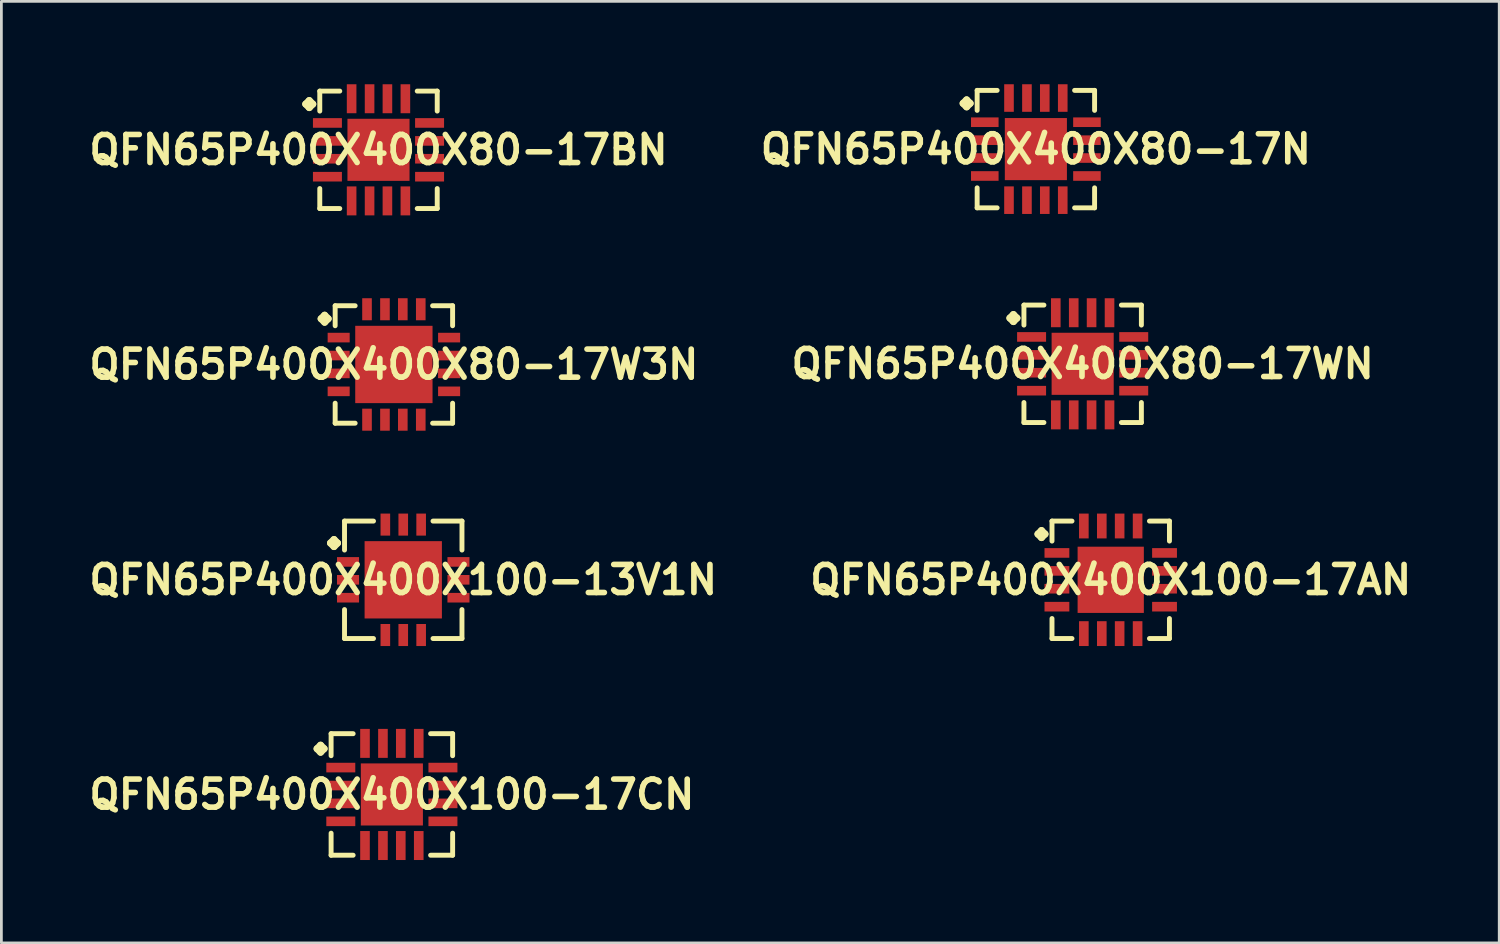
<source format=kicad_pcb>
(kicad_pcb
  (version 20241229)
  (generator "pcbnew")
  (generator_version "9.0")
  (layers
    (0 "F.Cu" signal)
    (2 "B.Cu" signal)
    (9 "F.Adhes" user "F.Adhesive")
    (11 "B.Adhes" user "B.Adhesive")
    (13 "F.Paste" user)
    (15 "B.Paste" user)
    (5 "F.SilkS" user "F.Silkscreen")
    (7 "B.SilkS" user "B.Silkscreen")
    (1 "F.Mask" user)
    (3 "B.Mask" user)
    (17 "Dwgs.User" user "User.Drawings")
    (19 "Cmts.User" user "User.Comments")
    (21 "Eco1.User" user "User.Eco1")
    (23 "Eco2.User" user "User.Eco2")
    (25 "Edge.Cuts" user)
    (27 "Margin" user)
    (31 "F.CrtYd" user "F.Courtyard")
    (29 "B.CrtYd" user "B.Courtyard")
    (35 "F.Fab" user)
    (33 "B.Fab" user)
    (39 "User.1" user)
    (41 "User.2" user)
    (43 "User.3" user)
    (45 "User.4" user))
  (footprint "QFN65P400X400X80-17N"
    (layer "F.Cu")
    (at 34.452 2.348)
    (property "Reference" "QFN65P400X400X80-17N" (at 0 0 0) (layer "F.SilkS") (effects (font (size 1.016 1.016) (thickness 0.203))))
    (attr smd)
    (fp_line (start -2.634 -1.656) (end -2.507 -1.783) (stroke (width 0.254) (type solid)) (layer "F.SilkS"))
    (fp_line (start -2.507 -1.783) (end -2.38 -1.656) (stroke (width 0.254) (type solid)) (layer "F.SilkS"))
    (fp_line (start -2.507 -1.529) (end -2.634 -1.656) (stroke (width 0.254) (type solid)) (layer "F.SilkS"))
    (fp_line (start -2.38 -1.656) (end -2.507 -1.529) (stroke (width 0.254) (type solid)) (layer "F.SilkS"))
    (fp_line (start -2.126 -2.126) (end -1.402 -2.126) (stroke (width 0.178) (type solid)) (layer "F.SilkS"))
    (fp_line (start -2.126 -1.402) (end -2.126 -2.126) (stroke (width 0.178) (type solid)) (layer "F.SilkS"))
    (fp_line (start -2.126 1.402) (end -2.126 2.126) (stroke (width 0.178) (type solid)) (layer "F.SilkS"))
    (fp_line (start -2.126 2.126) (end -1.402 2.126) (stroke (width 0.178) (type solid)) (layer "F.SilkS"))
    (fp_line (start 1.402 -2.126) (end 2.126 -2.126) (stroke (width 0.178) (type solid)) (layer "F.SilkS"))
    (fp_line (start 1.402 2.126) (end 2.126 2.126) (stroke (width 0.178) (type solid)) (layer "F.SilkS"))
    (fp_line (start 2.126 -2.126) (end 2.126 -1.402) (stroke (width 0.178) (type solid)) (layer "F.SilkS"))
    (fp_line (start 2.126 2.126) (end 2.126 1.402) (stroke (width 0.178) (type solid)) (layer "F.SilkS"))
    (pad "1" smd rect (at -1.849 -0.973) (size 0.998 0.348) (layers "F.Cu" "F.Mask" "F.Paste"))
    (pad "2" smd rect (at -1.849 -0.323) (size 0.998 0.348) (layers "F.Cu" "F.Mask" "F.Paste"))
    (pad "3" smd rect (at -1.849 0.323) (size 0.998 0.348) (layers "F.Cu" "F.Mask" "F.Paste"))
    (pad "4" smd rect (at -1.849 0.973) (size 0.998 0.348) (layers "F.Cu" "F.Mask" "F.Paste"))
    (pad "5" smd rect (at -0.973 1.849) (size 0.348 0.998) (layers "F.Cu" "F.Mask" "F.Paste"))
    (pad "6" smd rect (at -0.323 1.849) (size 0.348 0.998) (layers "F.Cu" "F.Mask" "F.Paste"))
    (pad "7" smd rect (at 0.323 1.849) (size 0.348 0.998) (layers "F.Cu" "F.Mask" "F.Paste"))
    (pad "8" smd rect (at 0.973 1.849) (size 0.348 0.998) (layers "F.Cu" "F.Mask" "F.Paste"))
    (pad "9" smd rect (at 1.849 0.973) (size 0.998 0.348) (layers "F.Cu" "F.Mask" "F.Paste"))
    (pad "10" smd rect (at 1.849 0.323) (size 0.998 0.348) (layers "F.Cu" "F.Mask" "F.Paste"))
    (pad "11" smd rect (at 1.849 -0.323) (size 0.998 0.348) (layers "F.Cu" "F.Mask" "F.Paste"))
    (pad "12" smd rect (at 1.849 -0.973) (size 0.998 0.348) (layers "F.Cu" "F.Mask" "F.Paste"))
    (pad "13" smd rect (at 0.973 -1.849) (size 0.348 0.998) (layers "F.Cu" "F.Mask" "F.Paste"))
    (pad "14" smd rect (at 0.323 -1.849) (size 0.348 0.998) (layers "F.Cu" "F.Mask" "F.Paste"))
    (pad "15" smd rect (at -0.323 -1.849) (size 0.348 0.998) (layers "F.Cu" "F.Mask" "F.Paste"))
    (pad "16" smd rect (at -0.973 -1.849) (size 0.348 0.998) (layers "F.Cu" "F.Mask" "F.Paste"))
    (pad "17" smd rect (at 0 0) (size 2.248 2.248) (layers "F.Cu" "F.Mask" "F.Paste")))
  (footprint "QFN65P400X400X100-17AN"
    (layer "F.Cu")
    (at 37.162 17.941)
    (property "Reference" "QFN65P400X400X100-17AN" (at 0 0 0) (layer "F.SilkS") (effects (font (size 1.016 1.016) (thickness 0.203))))
    (attr smd)
    (fp_line (start -2.634 -1.656) (end -2.507 -1.783) (stroke (width 0.254) (type solid)) (layer "F.SilkS"))
    (fp_line (start -2.507 -1.783) (end -2.38 -1.656) (stroke (width 0.254) (type solid)) (layer "F.SilkS"))
    (fp_line (start -2.507 -1.529) (end -2.634 -1.656) (stroke (width 0.254) (type solid)) (layer "F.SilkS"))
    (fp_line (start -2.38 -1.656) (end -2.507 -1.529) (stroke (width 0.254) (type solid)) (layer "F.SilkS"))
    (fp_line (start -2.126 -2.126) (end -1.402 -2.126) (stroke (width 0.178) (type solid)) (layer "F.SilkS"))
    (fp_line (start -2.126 -1.402) (end -2.126 -2.126) (stroke (width 0.178) (type solid)) (layer "F.SilkS"))
    (fp_line (start -2.126 1.402) (end -2.126 2.126) (stroke (width 0.178) (type solid)) (layer "F.SilkS"))
    (fp_line (start -2.126 2.126) (end -1.402 2.126) (stroke (width 0.178) (type solid)) (layer "F.SilkS"))
    (fp_line (start 1.402 -2.126) (end 2.126 -2.126) (stroke (width 0.178) (type solid)) (layer "F.SilkS"))
    (fp_line (start 1.402 2.126) (end 2.126 2.126) (stroke (width 0.178) (type solid)) (layer "F.SilkS"))
    (fp_line (start 2.126 -2.126) (end 2.126 -1.402) (stroke (width 0.178) (type solid)) (layer "F.SilkS"))
    (fp_line (start 2.126 2.126) (end 2.126 1.402) (stroke (width 0.178) (type solid)) (layer "F.SilkS"))
    (pad "1" smd rect (at -1.948 -0.973) (size 0.899 0.348) (layers "F.Cu" "F.Mask" "F.Paste"))
    (pad "2" smd rect (at -1.948 -0.323) (size 0.899 0.348) (layers "F.Cu" "F.Mask" "F.Paste"))
    (pad "3" smd rect (at -1.948 0.323) (size 0.899 0.348) (layers "F.Cu" "F.Mask" "F.Paste"))
    (pad "4" smd rect (at -1.948 0.973) (size 0.899 0.348) (layers "F.Cu" "F.Mask" "F.Paste"))
    (pad "5" smd rect (at -0.973 1.948) (size 0.348 0.899) (layers "F.Cu" "F.Mask" "F.Paste"))
    (pad "6" smd rect (at -0.323 1.948) (size 0.348 0.899) (layers "F.Cu" "F.Mask" "F.Paste"))
    (pad "7" smd rect (at 0.323 1.948) (size 0.348 0.899) (layers "F.Cu" "F.Mask" "F.Paste"))
    (pad "8" smd rect (at 0.973 1.948) (size 0.348 0.899) (layers "F.Cu" "F.Mask" "F.Paste"))
    (pad "9" smd rect (at 1.948 0.973) (size 0.899 0.348) (layers "F.Cu" "F.Mask" "F.Paste"))
    (pad "10" smd rect (at 1.948 0.323) (size 0.899 0.348) (layers "F.Cu" "F.Mask" "F.Paste"))
    (pad "11" smd rect (at 1.948 -0.323) (size 0.899 0.348) (layers "F.Cu" "F.Mask" "F.Paste"))
    (pad "12" smd rect (at 1.948 -0.973) (size 0.899 0.348) (layers "F.Cu" "F.Mask" "F.Paste"))
    (pad "13" smd rect (at 0.973 -1.948) (size 0.348 0.899) (layers "F.Cu" "F.Mask" "F.Paste"))
    (pad "14" smd rect (at 0.323 -1.948) (size 0.348 0.899) (layers "F.Cu" "F.Mask" "F.Paste"))
    (pad "15" smd rect (at -0.323 -1.948) (size 0.348 0.899) (layers "F.Cu" "F.Mask" "F.Paste"))
    (pad "16" smd rect (at -0.973 -1.948) (size 0.348 0.899) (layers "F.Cu" "F.Mask" "F.Paste"))
    (pad "17" smd rect (at 0 0) (size 2.398 2.398) (layers "F.Cu" "F.Mask" "F.Paste")))
  (footprint "QFN65P400X400X80-17BN"
    (layer "F.Cu")
    (at 10.653 2.374)
    (property "Reference" "QFN65P400X400X80-17BN" (at 0 0 0) (layer "F.SilkS") (effects (font (size 1.016 1.016) (thickness 0.203))))
    (attr smd)
    (fp_line (start -2.634 -1.656) (end -2.507 -1.783) (stroke (width 0.254) (type solid)) (layer "F.SilkS"))
    (fp_line (start -2.507 -1.783) (end -2.38 -1.656) (stroke (width 0.254) (type solid)) (layer "F.SilkS"))
    (fp_line (start -2.507 -1.529) (end -2.634 -1.656) (stroke (width 0.254) (type solid)) (layer "F.SilkS"))
    (fp_line (start -2.38 -1.656) (end -2.507 -1.529) (stroke (width 0.254) (type solid)) (layer "F.SilkS"))
    (fp_line (start -2.126 -2.126) (end -1.402 -2.126) (stroke (width 0.178) (type solid)) (layer "F.SilkS"))
    (fp_line (start -2.126 -1.402) (end -2.126 -2.126) (stroke (width 0.178) (type solid)) (layer "F.SilkS"))
    (fp_line (start -2.126 1.402) (end -2.126 2.126) (stroke (width 0.178) (type solid)) (layer "F.SilkS"))
    (fp_line (start -2.126 2.126) (end -1.402 2.126) (stroke (width 0.178) (type solid)) (layer "F.SilkS"))
    (fp_line (start 1.402 -2.126) (end 2.126 -2.126) (stroke (width 0.178) (type solid)) (layer "F.SilkS"))
    (fp_line (start 1.402 2.126) (end 2.126 2.126) (stroke (width 0.178) (type solid)) (layer "F.SilkS"))
    (fp_line (start 2.126 -2.126) (end 2.126 -1.402) (stroke (width 0.178) (type solid)) (layer "F.SilkS"))
    (fp_line (start 2.126 2.126) (end 2.126 1.402) (stroke (width 0.178) (type solid)) (layer "F.SilkS"))
    (pad "1" smd rect (at -1.849 -0.973) (size 1.049 0.348) (layers "F.Cu" "F.Mask" "F.Paste"))
    (pad "2" smd rect (at -1.849 -0.323) (size 1.049 0.348) (layers "F.Cu" "F.Mask" "F.Paste"))
    (pad "3" smd rect (at -1.849 0.323) (size 1.049 0.348) (layers "F.Cu" "F.Mask" "F.Paste"))
    (pad "4" smd rect (at -1.849 0.973) (size 1.049 0.348) (layers "F.Cu" "F.Mask" "F.Paste"))
    (pad "5" smd rect (at -0.973 1.849) (size 0.348 1.049) (layers "F.Cu" "F.Mask" "F.Paste"))
    (pad "6" smd rect (at -0.323 1.849) (size 0.348 1.049) (layers "F.Cu" "F.Mask" "F.Paste"))
    (pad "7" smd rect (at 0.323 1.849) (size 0.348 1.049) (layers "F.Cu" "F.Mask" "F.Paste"))
    (pad "8" smd rect (at 0.973 1.849) (size 0.348 1.049) (layers "F.Cu" "F.Mask" "F.Paste"))
    (pad "9" smd rect (at 1.849 0.973) (size 1.049 0.348) (layers "F.Cu" "F.Mask" "F.Paste"))
    (pad "10" smd rect (at 1.849 0.323) (size 1.049 0.348) (layers "F.Cu" "F.Mask" "F.Paste"))
    (pad "11" smd rect (at 1.849 -0.323) (size 1.049 0.348) (layers "F.Cu" "F.Mask" "F.Paste"))
    (pad "12" smd rect (at 1.849 -0.973) (size 1.049 0.348) (layers "F.Cu" "F.Mask" "F.Paste"))
    (pad "13" smd rect (at 0.973 -1.849) (size 0.348 1.049) (layers "F.Cu" "F.Mask" "F.Paste"))
    (pad "14" smd rect (at 0.323 -1.849) (size 0.348 1.049) (layers "F.Cu" "F.Mask" "F.Paste"))
    (pad "15" smd rect (at -0.323 -1.849) (size 0.348 1.049) (layers "F.Cu" "F.Mask" "F.Paste"))
    (pad "16" smd rect (at -0.973 -1.849) (size 0.348 1.049) (layers "F.Cu" "F.Mask" "F.Paste"))
    (pad "17" smd rect (at 0 0) (size 2.248 2.248) (layers "F.Cu" "F.Mask" "F.Paste")))
  (footprint "QFN65P400X400X100-13V1N"
    (layer "F.Cu")
    (at 11.549 17.941)
    (property "Reference" "QFN65P400X400X100-13V1N" (at 0 0 0) (layer "F.SilkS") (effects (font (size 1.016 1.016) (thickness 0.203))))
    (attr smd)
    (fp_line (start -2.634 -1.331) (end -2.507 -1.458) (stroke (width 0.254) (type solid)) (layer "F.SilkS"))
    (fp_line (start -2.507 -1.458) (end -2.38 -1.331) (stroke (width 0.254) (type solid)) (layer "F.SilkS"))
    (fp_line (start -2.507 -1.204) (end -2.634 -1.331) (stroke (width 0.254) (type solid)) (layer "F.SilkS"))
    (fp_line (start -2.38 -1.331) (end -2.507 -1.204) (stroke (width 0.254) (type solid)) (layer "F.SilkS"))
    (fp_line (start -2.126 -2.126) (end -1.077 -2.126) (stroke (width 0.178) (type solid)) (layer "F.SilkS"))
    (fp_line (start -2.126 -1.077) (end -2.126 -2.126) (stroke (width 0.178) (type solid)) (layer "F.SilkS"))
    (fp_line (start -2.126 1.077) (end -2.126 2.126) (stroke (width 0.178) (type solid)) (layer "F.SilkS"))
    (fp_line (start -2.126 2.126) (end -1.077 2.126) (stroke (width 0.178) (type solid)) (layer "F.SilkS"))
    (fp_line (start 1.077 -2.126) (end 2.126 -2.126) (stroke (width 0.178) (type solid)) (layer "F.SilkS"))
    (fp_line (start 1.077 2.126) (end 2.126 2.126) (stroke (width 0.178) (type solid)) (layer "F.SilkS"))
    (fp_line (start 2.126 -2.126) (end 2.126 -1.077) (stroke (width 0.178) (type solid)) (layer "F.SilkS"))
    (fp_line (start 2.126 2.126) (end 2.126 1.077) (stroke (width 0.178) (type solid)) (layer "F.SilkS"))
    (pad "1" smd rect (at -1.999 -0.648) (size 0.798 0.348) (layers "F.Cu" "F.Mask" "F.Paste"))
    (pad "2" smd rect (at -1.999 0) (size 0.798 0.348) (layers "F.Cu" "F.Mask" "F.Paste"))
    (pad "3" smd rect (at -1.999 0.648) (size 0.798 0.348) (layers "F.Cu" "F.Mask" "F.Paste"))
    (pad "4" smd rect (at -0.648 1.999) (size 0.348 0.798) (layers "F.Cu" "F.Mask" "F.Paste"))
    (pad "5" smd rect (at 0 1.999) (size 0.348 0.798) (layers "F.Cu" "F.Mask" "F.Paste"))
    (pad "6" smd rect (at 0.648 1.999) (size 0.348 0.798) (layers "F.Cu" "F.Mask" "F.Paste"))
    (pad "7" smd rect (at 1.999 0.648) (size 0.798 0.348) (layers "F.Cu" "F.Mask" "F.Paste"))
    (pad "8" smd rect (at 1.999 0) (size 0.798 0.348) (layers "F.Cu" "F.Mask" "F.Paste"))
    (pad "9" smd rect (at 1.999 -0.648) (size 0.798 0.348) (layers "F.Cu" "F.Mask" "F.Paste"))
    (pad "10" smd rect (at 0.648 -1.999) (size 0.348 0.798) (layers "F.Cu" "F.Mask" "F.Paste"))
    (pad "11" smd rect (at 0 -1.999) (size 0.348 0.798) (layers "F.Cu" "F.Mask" "F.Paste"))
    (pad "12" smd rect (at -0.648 -1.999) (size 0.348 0.798) (layers "F.Cu" "F.Mask" "F.Paste"))
    (pad "13" smd rect (at 0 0) (size 2.799 2.799) (layers "F.Cu" "F.Mask" "F.Paste")))
  (footprint "QFN65P400X400X80-17W3N"
    (layer "F.Cu")
    (at 11.21 10.145)
    (property "Reference" "QFN65P400X400X80-17W3N" (at 0 0 0) (layer "F.SilkS") (effects (font (size 1.016 1.016) (thickness 0.203))))
    (attr smd)
    (fp_line (start -2.634 -1.656) (end -2.507 -1.783) (stroke (width 0.254) (type solid)) (layer "F.SilkS"))
    (fp_line (start -2.507 -1.783) (end -2.38 -1.656) (stroke (width 0.254) (type solid)) (layer "F.SilkS"))
    (fp_line (start -2.507 -1.529) (end -2.634 -1.656) (stroke (width 0.254) (type solid)) (layer "F.SilkS"))
    (fp_line (start -2.38 -1.656) (end -2.507 -1.529) (stroke (width 0.254) (type solid)) (layer "F.SilkS"))
    (fp_line (start -2.126 -2.126) (end -1.402 -2.126) (stroke (width 0.178) (type solid)) (layer "F.SilkS"))
    (fp_line (start -2.126 -1.402) (end -2.126 -2.126) (stroke (width 0.178) (type solid)) (layer "F.SilkS"))
    (fp_line (start -2.126 1.402) (end -2.126 2.126) (stroke (width 0.178) (type solid)) (layer "F.SilkS"))
    (fp_line (start -2.126 2.126) (end -1.402 2.126) (stroke (width 0.178) (type solid)) (layer "F.SilkS"))
    (fp_line (start 1.402 -2.126) (end 2.126 -2.126) (stroke (width 0.178) (type solid)) (layer "F.SilkS"))
    (fp_line (start 1.402 2.126) (end 2.126 2.126) (stroke (width 0.178) (type solid)) (layer "F.SilkS"))
    (fp_line (start 2.126 -2.126) (end 2.126 -1.402) (stroke (width 0.178) (type solid)) (layer "F.SilkS"))
    (fp_line (start 2.126 2.126) (end 2.126 1.402) (stroke (width 0.178) (type solid)) (layer "F.SilkS"))
    (pad "1" smd rect (at -1.999 -0.973) (size 0.798 0.348) (layers "F.Cu" "F.Mask" "F.Paste"))
    (pad "2" smd rect (at -1.999 -0.323) (size 0.798 0.348) (layers "F.Cu" "F.Mask" "F.Paste"))
    (pad "3" smd rect (at -1.999 0.323) (size 0.798 0.348) (layers "F.Cu" "F.Mask" "F.Paste"))
    (pad "4" smd rect (at -1.999 0.973) (size 0.798 0.348) (layers "F.Cu" "F.Mask" "F.Paste"))
    (pad "5" smd rect (at -0.973 1.999) (size 0.348 0.798) (layers "F.Cu" "F.Mask" "F.Paste"))
    (pad "6" smd rect (at -0.323 1.999) (size 0.348 0.798) (layers "F.Cu" "F.Mask" "F.Paste"))
    (pad "7" smd rect (at 0.323 1.999) (size 0.348 0.798) (layers "F.Cu" "F.Mask" "F.Paste"))
    (pad "8" smd rect (at 0.973 1.999) (size 0.348 0.798) (layers "F.Cu" "F.Mask" "F.Paste"))
    (pad "9" smd rect (at 1.999 0.973) (size 0.798 0.348) (layers "F.Cu" "F.Mask" "F.Paste"))
    (pad "10" smd rect (at 1.999 0.323) (size 0.798 0.348) (layers "F.Cu" "F.Mask" "F.Paste"))
    (pad "11" smd rect (at 1.999 -0.323) (size 0.798 0.348) (layers "F.Cu" "F.Mask" "F.Paste"))
    (pad "12" smd rect (at 1.999 -0.973) (size 0.798 0.348) (layers "F.Cu" "F.Mask" "F.Paste"))
    (pad "13" smd rect (at 0.973 -1.999) (size 0.348 0.798) (layers "F.Cu" "F.Mask" "F.Paste"))
    (pad "14" smd rect (at 0.323 -1.999) (size 0.348 0.798) (layers "F.Cu" "F.Mask" "F.Paste"))
    (pad "15" smd rect (at -0.323 -1.999) (size 0.348 0.798) (layers "F.Cu" "F.Mask" "F.Paste"))
    (pad "16" smd rect (at -0.973 -1.999) (size 0.348 0.798) (layers "F.Cu" "F.Mask" "F.Paste"))
    (pad "17" smd rect (at 0 0) (size 2.799 2.799) (layers "F.Cu" "F.Mask" "F.Paste")))
  (footprint "QFN65P400X400X80-17WN"
    (layer "F.Cu")
    (at 36.146 10.121)
    (property "Reference" "QFN65P400X400X80-17WN" (at 0 0 0) (layer "F.SilkS") (effects (font (size 1.016 1.016) (thickness 0.203))))
    (attr smd)
    (fp_line (start -2.634 -1.656) (end -2.507 -1.783) (stroke (width 0.254) (type solid)) (layer "F.SilkS"))
    (fp_line (start -2.507 -1.783) (end -2.38 -1.656) (stroke (width 0.254) (type solid)) (layer "F.SilkS"))
    (fp_line (start -2.507 -1.529) (end -2.634 -1.656) (stroke (width 0.254) (type solid)) (layer "F.SilkS"))
    (fp_line (start -2.38 -1.656) (end -2.507 -1.529) (stroke (width 0.254) (type solid)) (layer "F.SilkS"))
    (fp_line (start -2.126 -2.126) (end -1.402 -2.126) (stroke (width 0.178) (type solid)) (layer "F.SilkS"))
    (fp_line (start -2.126 -1.402) (end -2.126 -2.126) (stroke (width 0.178) (type solid)) (layer "F.SilkS"))
    (fp_line (start -2.126 1.402) (end -2.126 2.126) (stroke (width 0.178) (type solid)) (layer "F.SilkS"))
    (fp_line (start -2.126 2.126) (end -1.402 2.126) (stroke (width 0.178) (type solid)) (layer "F.SilkS"))
    (fp_line (start 1.402 -2.126) (end 2.126 -2.126) (stroke (width 0.178) (type solid)) (layer "F.SilkS"))
    (fp_line (start 1.402 2.126) (end 2.126 2.126) (stroke (width 0.178) (type solid)) (layer "F.SilkS"))
    (fp_line (start 2.126 -2.126) (end 2.126 -1.402) (stroke (width 0.178) (type solid)) (layer "F.SilkS"))
    (fp_line (start 2.126 2.126) (end 2.126 1.402) (stroke (width 0.178) (type solid)) (layer "F.SilkS"))
    (pad "1" smd rect (at -1.849 -0.973) (size 1.049 0.348) (layers "F.Cu" "F.Mask" "F.Paste"))
    (pad "2" smd rect (at -1.849 -0.323) (size 1.049 0.348) (layers "F.Cu" "F.Mask" "F.Paste"))
    (pad "3" smd rect (at -1.849 0.323) (size 1.049 0.348) (layers "F.Cu" "F.Mask" "F.Paste"))
    (pad "4" smd rect (at -1.849 0.973) (size 1.049 0.348) (layers "F.Cu" "F.Mask" "F.Paste"))
    (pad "5" smd rect (at -0.973 1.849) (size 0.348 1.049) (layers "F.Cu" "F.Mask" "F.Paste"))
    (pad "6" smd rect (at -0.323 1.849) (size 0.348 1.049) (layers "F.Cu" "F.Mask" "F.Paste"))
    (pad "7" smd rect (at 0.323 1.849) (size 0.348 1.049) (layers "F.Cu" "F.Mask" "F.Paste"))
    (pad "8" smd rect (at 0.973 1.849) (size 0.348 1.049) (layers "F.Cu" "F.Mask" "F.Paste"))
    (pad "9" smd rect (at 1.849 0.973) (size 1.049 0.348) (layers "F.Cu" "F.Mask" "F.Paste"))
    (pad "10" smd rect (at 1.849 0.323) (size 1.049 0.348) (layers "F.Cu" "F.Mask" "F.Paste"))
    (pad "11" smd rect (at 1.849 -0.323) (size 1.049 0.348) (layers "F.Cu" "F.Mask" "F.Paste"))
    (pad "12" smd rect (at 1.849 -0.973) (size 1.049 0.348) (layers "F.Cu" "F.Mask" "F.Paste"))
    (pad "13" smd rect (at 0.973 -1.849) (size 0.348 1.049) (layers "F.Cu" "F.Mask" "F.Paste"))
    (pad "14" smd rect (at 0.323 -1.849) (size 0.348 1.049) (layers "F.Cu" "F.Mask" "F.Paste"))
    (pad "15" smd rect (at -0.323 -1.849) (size 0.348 1.049) (layers "F.Cu" "F.Mask" "F.Paste"))
    (pad "16" smd rect (at -0.973 -1.849) (size 0.348 1.049) (layers "F.Cu" "F.Mask" "F.Paste"))
    (pad "17" smd rect (at 0 0) (size 2.248 2.248) (layers "F.Cu" "F.Mask" "F.Paste")))
  (footprint "QFN65P400X400X100-17CN"
    (layer "F.Cu")
    (at 11.137 25.712)
    (property "Reference" "QFN65P400X400X100-17CN" (at 0 0 0) (layer "F.SilkS") (effects (font (size 1.016 1.016) (thickness 0.203))))
    (attr smd)
    (fp_line (start -2.708 -1.656) (end -2.581 -1.783) (stroke (width 0.254) (type solid)) (layer "F.SilkS"))
    (fp_line (start -2.581 -1.783) (end -2.454 -1.656) (stroke (width 0.254) (type solid)) (layer "F.SilkS"))
    (fp_line (start -2.581 -1.529) (end -2.708 -1.656) (stroke (width 0.254) (type solid)) (layer "F.SilkS"))
    (fp_line (start -2.454 -1.656) (end -2.581 -1.529) (stroke (width 0.254) (type solid)) (layer "F.SilkS"))
    (fp_line (start -2.2 -2.2) (end -1.402 -2.2) (stroke (width 0.178) (type solid)) (layer "F.SilkS"))
    (fp_line (start -2.2 -1.402) (end -2.2 -2.2) (stroke (width 0.178) (type solid)) (layer "F.SilkS"))
    (fp_line (start -2.2 1.402) (end -2.2 2.2) (stroke (width 0.178) (type solid)) (layer "F.SilkS"))
    (fp_line (start -2.2 2.2) (end -1.402 2.2) (stroke (width 0.178) (type solid)) (layer "F.SilkS"))
    (fp_line (start 1.402 -2.2) (end 2.2 -2.2) (stroke (width 0.178) (type solid)) (layer "F.SilkS"))
    (fp_line (start 1.402 2.2) (end 2.2 2.2) (stroke (width 0.178) (type solid)) (layer "F.SilkS"))
    (fp_line (start 2.2 -2.2) (end 2.2 -1.402) (stroke (width 0.178) (type solid)) (layer "F.SilkS"))
    (fp_line (start 2.2 2.2) (end 2.2 1.402) (stroke (width 0.178) (type solid)) (layer "F.SilkS"))
    (pad "1" smd rect (at -1.849 -0.973) (size 1.049 0.348) (layers "F.Cu" "F.Mask" "F.Paste"))
    (pad "2" smd rect (at -1.849 -0.323) (size 1.049 0.348) (layers "F.Cu" "F.Mask" "F.Paste"))
    (pad "3" smd rect (at -1.849 0.323) (size 1.049 0.348) (layers "F.Cu" "F.Mask" "F.Paste"))
    (pad "4" smd rect (at -1.849 0.973) (size 1.049 0.348) (layers "F.Cu" "F.Mask" "F.Paste"))
    (pad "5" smd rect (at -0.973 1.849) (size 0.348 1.049) (layers "F.Cu" "F.Mask" "F.Paste"))
    (pad "6" smd rect (at -0.323 1.849) (size 0.348 1.049) (layers "F.Cu" "F.Mask" "F.Paste"))
    (pad "7" smd rect (at 0.323 1.849) (size 0.348 1.049) (layers "F.Cu" "F.Mask" "F.Paste"))
    (pad "8" smd rect (at 0.973 1.849) (size 0.348 1.049) (layers "F.Cu" "F.Mask" "F.Paste"))
    (pad "9" smd rect (at 1.849 0.973) (size 1.049 0.348) (layers "F.Cu" "F.Mask" "F.Paste"))
    (pad "10" smd rect (at 1.849 0.323) (size 1.049 0.348) (layers "F.Cu" "F.Mask" "F.Paste"))
    (pad "11" smd rect (at 1.849 -0.323) (size 1.049 0.348) (layers "F.Cu" "F.Mask" "F.Paste"))
    (pad "12" smd rect (at 1.849 -0.973) (size 1.049 0.348) (layers "F.Cu" "F.Mask" "F.Paste"))
    (pad "13" smd rect (at 0.973 -1.849) (size 0.348 1.049) (layers "F.Cu" "F.Mask" "F.Paste"))
    (pad "14" smd rect (at 0.323 -1.849) (size 0.348 1.049) (layers "F.Cu" "F.Mask" "F.Paste"))
    (pad "15" smd rect (at -0.323 -1.849) (size 0.348 1.049) (layers "F.Cu" "F.Mask" "F.Paste"))
    (pad "16" smd rect (at -0.973 -1.849) (size 0.348 1.049) (layers "F.Cu" "F.Mask" "F.Paste"))
    (pad "17" smd rect (at 0 0) (size 2.248 2.248) (layers "F.Cu" "F.Mask" "F.Paste")))
  (gr_rect
    (start -3 -3)
    (end 51.227 31.086)
    (stroke (width 0.1) (type default))
    (fill no)
    (layer "Edge.Cuts")))
</source>
